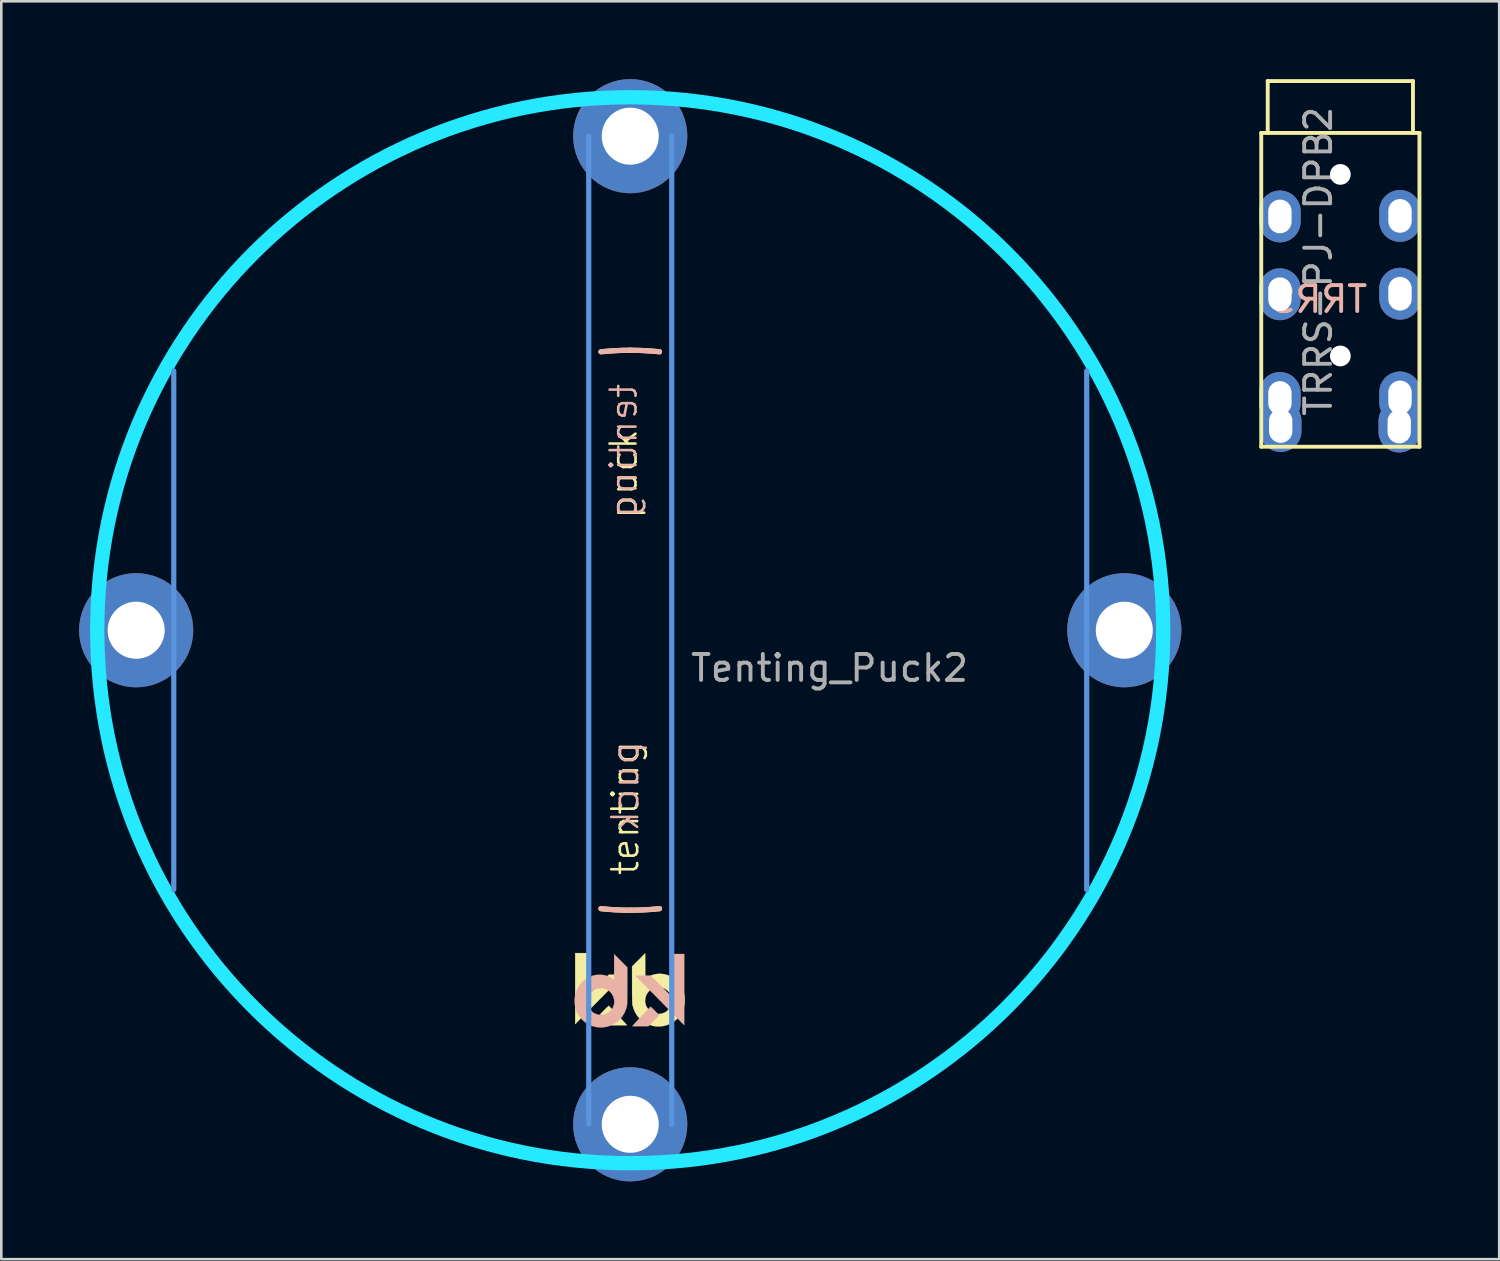
<source format=kicad_pcb>
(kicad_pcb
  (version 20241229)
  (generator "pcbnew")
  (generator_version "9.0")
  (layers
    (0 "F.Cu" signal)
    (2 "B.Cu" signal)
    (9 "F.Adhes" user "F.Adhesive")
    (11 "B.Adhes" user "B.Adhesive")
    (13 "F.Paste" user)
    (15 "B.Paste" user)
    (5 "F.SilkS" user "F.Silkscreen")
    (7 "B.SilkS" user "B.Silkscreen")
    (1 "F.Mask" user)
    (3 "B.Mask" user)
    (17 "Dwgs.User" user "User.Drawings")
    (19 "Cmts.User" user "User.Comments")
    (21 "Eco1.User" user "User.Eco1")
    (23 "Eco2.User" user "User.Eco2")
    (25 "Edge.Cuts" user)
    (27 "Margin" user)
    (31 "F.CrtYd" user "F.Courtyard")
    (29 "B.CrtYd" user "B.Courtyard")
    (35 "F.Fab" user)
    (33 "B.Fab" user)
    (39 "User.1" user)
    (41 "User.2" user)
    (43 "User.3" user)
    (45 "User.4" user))
  (footprint "TRRS-PJ-DPB2"
    (layer "F.Cu")
    (at 48.63 2.075)
    (property "Reference" "TRRS-PJ-DPB2" (at -0.85 4.95 270) (layer "F.Fab") (effects (font (size 1 1) (thickness 0.15))))
    (attr through_hole)
    (fp_line (start -3.05 0) (end -3.05 12.1) (stroke (width 0.15) (type solid)) (layer "F.SilkS"))
    (fp_line (start -2.8 0) (end -2.8 -2) (stroke (width 0.15) (type solid)) (layer "F.SilkS"))
    (fp_line (start 2.8 -2) (end -2.8 -2) (stroke (width 0.15) (type solid)) (layer "F.SilkS"))
    (fp_line (start 2.8 0) (end 2.8 -2) (stroke (width 0.15) (type solid)) (layer "F.SilkS"))
    (fp_line (start 3.05 0) (end -3.05 0) (stroke (width 0.15) (type solid)) (layer "F.SilkS"))
    (fp_line (start 3.05 0) (end 3.05 12.1) (stroke (width 0.15) (type solid)) (layer "F.SilkS"))
    (fp_line (start 3.05 12.1) (end -3.05 12.1) (stroke (width 0.15) (type solid)) (layer "F.SilkS"))
    (fp_text user "TRRS" (at -0.826 6.413 180) (layer "B.SilkS") (effects (font (size 1 1) (thickness 0.15)) (justify mirror)))
    (pad "" np_thru_hole circle (at 0 1.6) (size 0.8 0.8) (drill 0.8) (layers "*.Cu" "*.Mask"))
    (pad "" np_thru_hole circle (at 0 8.6) (size 0.8 0.8) (drill 0.8) (layers "*.Cu" "*.Mask"))
    (pad "B" thru_hole oval (at -2.33 6.22 180) (size 1.6 2) (drill oval 0.9 1.3) (layers "*.Cu" "*.Mask"))
    (pad "B" thru_hole oval (at 2.3 6.2) (size 1.6 2) (drill oval 0.9 1.3) (layers "*.Cu" "*.Mask"))
    (pad "C" thru_hole oval (at -2.33 10.22 180) (size 1.6 2) (drill oval 0.9 1.3) (layers "*.Cu" "*.Mask"))
    (pad "C" thru_hole oval (at -2.3 11.3) (size 1.6 2) (drill oval 0.9 1.3) (layers "*.Cu" "*.Mask"))
    (pad "C" thru_hole oval (at 2.27 11.32 180) (size 1.6 2) (drill oval 0.9 1.3) (layers "*.Cu" "*.Mask"))
    (pad "C" thru_hole oval (at 2.3 10.2) (size 1.6 2) (drill oval 0.9 1.3) (layers "*.Cu" "*.Mask"))
    (pad "D" thru_hole oval (at -2.33 3.22 180) (size 1.6 2) (drill oval 0.9 1.3) (layers "*.Cu" "*.Mask"))
    (pad "D" thru_hole oval (at 2.3 3.2) (size 1.6 2) (drill oval 0.9 1.3) (layers "*.Cu" "*.Mask")))
  (footprint "Tenting_Puck2"
    (layer "F.Cu")
    (at 21.25 21.25)
    (property "Reference" "Tenting_Puck2" (at 7.684 1.46 0) (layer "F.Fab") (effects (font (size 1 1) (thickness 0.15))))
    (attr through_hole)
    (fp_arc (start -20.32 -2.8575) (mid -19.91151 -4.959786) (end -19.286134 -7.008048) (stroke (width 0.2) (type solid)) (layer "F.SilkS"))
    (fp_arc (start -19.286134 7.008047) (mid -19.91151 4.959786) (end -20.32 2.8575) (stroke (width 0.2) (type solid)) (layer "F.SilkS"))
    (fp_arc (start -7.008048 -19.286134) (mid -4.959786 -19.91151) (end -2.8575 -20.32) (stroke (width 0.2) (type solid)) (layer "F.SilkS"))
    (fp_arc (start -2.8575 20.32) (mid -4.959785 19.91151) (end -7.008046 19.286135) (stroke (width 0.2) (type solid)) (layer "F.SilkS"))
    (fp_arc (start -1.128385 -10.735864) (mid -0.564967 -10.780206) (end 0 -10.795) (stroke (width 0.2) (type solid)) (layer "F.SilkS"))
    (fp_arc (start 0 -10.795) (mid 0.564967 -10.780206) (end 1.128385 -10.735864) (stroke (width 0.2) (type solid)) (layer "F.SilkS"))
    (fp_arc (start 0 10.795) (mid -0.564967 10.780206) (end -1.128385 10.735864) (stroke (width 0.2) (type solid)) (layer "F.SilkS"))
    (fp_arc (start 1.128385 10.735864) (mid 0.564967 10.780206) (end 0 10.795) (stroke (width 0.2) (type solid)) (layer "F.SilkS"))
    (fp_arc (start 2.8575 -20.32) (mid 4.959786 -19.91151) (end 7.008047 -19.286134) (stroke (width 0.2) (type solid)) (layer "F.SilkS"))
    (fp_arc (start 7.008047 19.286134) (mid 4.959786 19.91151) (end 2.8575 20.32) (stroke (width 0.2) (type solid)) (layer "F.SilkS"))
    (fp_arc (start 19.286135 -7.008045) (mid 19.91151 -4.959785) (end 20.32 -2.8575) (stroke (width 0.2) (type solid)) (layer "F.SilkS"))
    (fp_arc (start 20.32 2.8575) (mid 19.91151 4.959785) (end 19.286135 7.008046) (stroke (width 0.2) (type solid)) (layer "F.SilkS"))
    (fp_poly (pts (xy -1.627 14.082) (xy -0.824 13.279) (xy -0.535 13.282) (xy -0.247 13.285) (xy -1.094 14.145) (xy -1.212 14.265) (xy -1.327 14.382) (xy -1.437 14.494) (xy -1.542 14.6) (xy -1.64 14.7) (xy -1.731 14.791) (xy -1.811 14.874) (xy -1.882 14.945) (xy -1.941 15.005) (xy -1.987 15.052) (xy -2.019 15.084) (xy -2.032 15.098) (xy -2.123 15.19) (xy -2.123 12.448) (xy -1.627 12.448) (xy -1.627 14.082)) (stroke (width 0.01) (type solid)) (fill yes) (layer "F.SilkS"))
    (fp_poly (pts (xy -0.82 14.488) (xy -0.797 14.511) (xy -0.763 14.547) (xy -0.719 14.593) (xy -0.666 14.647) (xy -0.609 14.708) (xy -0.547 14.773) (xy -0.483 14.841) (xy -0.42 14.908) (xy -0.359 14.973) (xy -0.302 15.034) (xy -0.251 15.089) (xy -0.208 15.135) (xy -0.175 15.171) (xy -0.154 15.194) (xy -0.152 15.197) (xy -0.124 15.231) (xy -0.744 15.231) (xy -0.917 15.055) (xy -0.971 15) (xy -1.021 14.948) (xy -1.065 14.903) (xy -1.099 14.868) (xy -1.121 14.844) (xy -1.124 14.841) (xy -1.158 14.803) (xy -0.997 14.642) (xy -0.948 14.592) (xy -0.903 14.549) (xy -0.867 14.514) (xy -0.842 14.491) (xy -0.829 14.48) (xy -0.829 14.48) (xy -0.82 14.488)) (stroke (width 0.01) (type solid)) (fill yes) (layer "F.SilkS"))
    (fp_poly (pts (xy 0.578 12.948) (xy 0.578 13.052) (xy 0.579 13.149) (xy 0.58 13.236) (xy 0.581 13.31) (xy 0.582 13.37) (xy 0.583 13.413) (xy 0.585 13.437) (xy 0.586 13.441) (xy 0.598 13.435) (xy 0.623 13.419) (xy 0.647 13.401) (xy 0.762 13.331) (xy 0.884 13.282) (xy 1.014 13.254) (xy 1.153 13.247) (xy 1.171 13.248) (xy 1.261 13.255) (xy 1.337 13.267) (xy 1.409 13.286) (xy 1.484 13.315) (xy 1.554 13.348) (xy 1.682 13.423) (xy 1.795 13.515) (xy 1.892 13.622) (xy 1.972 13.743) (xy 2.033 13.874) (xy 2.076 14.016) (xy 2.099 14.167) (xy 2.102 14.256) (xy 2.092 14.409) (xy 2.061 14.553) (xy 2.008 14.693) (xy 1.95 14.8) (xy 1.865 14.92) (xy 1.763 15.025) (xy 1.648 15.113) (xy 1.521 15.184) (xy 1.385 15.236) (xy 1.241 15.268) (xy 1.093 15.279) (xy 0.993 15.275) (xy 0.848 15.25) (xy 0.707 15.204) (xy 0.574 15.138) (xy 0.452 15.054) (xy 0.343 14.954) (xy 0.335 14.944) (xy 0.254 14.84) (xy 0.184 14.722) (xy 0.129 14.596) (xy 0.092 14.469) (xy 0.083 14.423) (xy 0.08 14.394) (xy 0.078 14.344) (xy 0.076 14.294) (xy 0.573 14.294) (xy 0.583 14.391) (xy 0.614 14.485) (xy 0.642 14.539) (xy 0.709 14.628) (xy 0.789 14.699) (xy 0.878 14.751) (xy 0.975 14.784) (xy 1.076 14.797) (xy 1.18 14.789) (xy 1.253 14.769) (xy 1.296 14.753) (xy 1.337 14.736) (xy 1.353 14.728) (xy 1.398 14.697) (xy 1.448 14.651) (xy 1.496 14.595) (xy 1.537 14.537) (xy 1.559 14.498) (xy 1.579 14.454) (xy 1.591 14.415) (xy 1.599 14.373) (xy 1.603 14.318) (xy 1.603 14.313) (xy 1.6 14.205) (xy 1.577 14.107) (xy 1.534 14.014) (xy 1.516 13.985) (xy 1.451 13.908) (xy 1.372 13.845) (xy 1.283 13.8) (xy 1.186 13.772) (xy 1.085 13.763) (xy 0.984 13.773) (xy 0.885 13.803) (xy 0.871 13.81) (xy 0.783 13.863) (xy 0.709 13.931) (xy 0.65 14.011) (xy 0.607 14.101) (xy 0.581 14.196) (xy 0.573 14.294) (xy 0.076 14.294) (xy 0.076 14.274) (xy 0.074 14.185) (xy 0.072 14.078) (xy 0.071 13.955) (xy 0.071 13.818) (xy 0.071 13.668) (xy 0.071 13.656) (xy 0.07 12.964) (xy 0.578 12.454) (xy 0.578 12.948)) (stroke (width 0.01) (type solid)) (fill yes) (layer "F.SilkS"))
    (fp_arc (start -20.32 -2.8575) (mid -19.91151 -4.959784) (end -19.286136 -7.008044) (stroke (width 0.2) (type solid)) (layer "B.SilkS"))
    (fp_arc (start -19.286135 7.008046) (mid -19.91151 4.959785) (end -20.32 2.8575) (stroke (width 0.2) (type solid)) (layer "B.SilkS"))
    (fp_arc (start -7.008046 -19.286135) (mid -4.959785 -19.91151) (end -2.8575 -20.32) (stroke (width 0.2) (type solid)) (layer "B.SilkS"))
    (fp_arc (start -2.8575 20.32) (mid -4.959785 19.91151) (end -7.008045 19.286135) (stroke (width 0.2) (type solid)) (layer "B.SilkS"))
    (fp_arc (start -1.128385 -10.735864) (mid -0.564967 -10.780206) (end 0 -10.795) (stroke (width 0.2) (type solid)) (layer "B.SilkS"))
    (fp_arc (start 0 -10.795) (mid 0.564967 -10.780206) (end 1.128385 -10.735864) (stroke (width 0.2) (type solid)) (layer "B.SilkS"))
    (fp_arc (start 0 10.795) (mid -0.564967 10.780206) (end -1.128385 10.735864) (stroke (width 0.2) (type solid)) (layer "B.SilkS"))
    (fp_arc (start 1.128385 10.735864) (mid 0.564967 10.780206) (end 0 10.795) (stroke (width 0.2) (type solid)) (layer "B.SilkS"))
    (fp_arc (start 2.8575 -20.32) (mid 4.959787 -19.91151) (end 7.008049 -19.286134) (stroke (width 0.2) (type solid)) (layer "B.SilkS"))
    (fp_arc (start 7.008045 19.286135) (mid 4.959785 19.91151) (end 2.8575 20.32) (stroke (width 0.2) (type solid)) (layer "B.SilkS"))
    (fp_arc (start 19.286134 -7.008048) (mid 19.91151 -4.959786) (end 20.32 -2.8575) (stroke (width 0.2) (type solid)) (layer "B.SilkS"))
    (fp_arc (start 20.32 2.8575) (mid 19.91151 4.959786) (end 19.286134 7.008048) (stroke (width 0.2) (type solid)) (layer "B.SilkS"))
    (fp_poly (pts (xy 1.584 14.118) (xy 0.782 13.315) (xy 0.493 13.318) (xy 0.205 13.322) (xy 1.052 14.182) (xy 1.17 14.301) (xy 1.285 14.418) (xy 1.395 14.53) (xy 1.5 14.637) (xy 1.598 14.736) (xy 1.688 14.828) (xy 1.769 14.91) (xy 1.84 14.981) (xy 1.899 15.041) (xy 1.944 15.088) (xy 1.976 15.12) (xy 1.99 15.134) (xy 2.081 15.226) (xy 2.081 12.484) (xy 1.584 12.484) (xy 1.584 14.118)) (stroke (width 0.01) (type solid)) (fill yes) (layer "B.SilkS"))
    (fp_poly (pts (xy 0.778 14.525) (xy 0.755 14.547) (xy 0.721 14.583) (xy 0.676 14.629) (xy 0.624 14.684) (xy 0.566 14.745) (xy 0.505 14.81) (xy 0.441 14.877) (xy 0.378 14.944) (xy 0.316 15.009) (xy 0.259 15.07) (xy 0.208 15.125) (xy 0.166 15.172) (xy 0.133 15.207) (xy 0.112 15.231) (xy 0.11 15.233) (xy 0.082 15.267) (xy 0.702 15.267) (xy 0.875 15.091) (xy 0.929 15.036) (xy 0.979 14.985) (xy 1.023 14.939) (xy 1.057 14.904) (xy 1.079 14.88) (xy 1.082 14.877) (xy 1.116 14.839) (xy 0.955 14.678) (xy 0.905 14.628) (xy 0.861 14.585) (xy 0.825 14.55) (xy 0.799 14.527) (xy 0.787 14.517) (xy 0.787 14.516) (xy 0.778 14.525)) (stroke (width 0.01) (type solid)) (fill yes) (layer "B.SilkS"))
    (fp_poly (pts (xy -0.621 12.984) (xy -0.621 13.088) (xy -0.621 13.185) (xy -0.622 13.272) (xy -0.623 13.346) (xy -0.624 13.406) (xy -0.625 13.45) (xy -0.627 13.473) (xy -0.628 13.477) (xy -0.64 13.471) (xy -0.665 13.455) (xy -0.689 13.438) (xy -0.804 13.367) (xy -0.926 13.318) (xy -1.057 13.29) (xy -1.196 13.284) (xy -1.214 13.284) (xy -1.303 13.291) (xy -1.38 13.303) (xy -1.451 13.322) (xy -1.526 13.351) (xy -1.596 13.384) (xy -1.724 13.459) (xy -1.837 13.551) (xy -1.934 13.658) (xy -2.014 13.779) (xy -2.076 13.911) (xy -2.118 14.053) (xy -2.141 14.203) (xy -2.145 14.293) (xy -2.134 14.445) (xy -2.103 14.59) (xy -2.05 14.729) (xy -1.993 14.836) (xy -1.907 14.956) (xy -1.805 15.061) (xy -1.69 15.149) (xy -1.563 15.22) (xy -1.427 15.272) (xy -1.283 15.304) (xy -1.135 15.316) (xy -1.035 15.311) (xy -0.89 15.286) (xy -0.75 15.24) (xy -0.616 15.174) (xy -0.494 15.09) (xy -0.386 14.99) (xy -0.377 14.981) (xy -0.296 14.876) (xy -0.226 14.758) (xy -0.171 14.632) (xy -0.134 14.505) (xy -0.125 14.459) (xy -0.122 14.43) (xy -0.12 14.38) (xy -0.118 14.33) (xy -0.615 14.33) (xy -0.625 14.428) (xy -0.656 14.522) (xy -0.684 14.576) (xy -0.751 14.664) (xy -0.831 14.735) (xy -0.92 14.787) (xy -1.017 14.82) (xy -1.119 14.833) (xy -1.222 14.825) (xy -1.295 14.805) (xy -1.338 14.789) (xy -1.379 14.772) (xy -1.395 14.764) (xy -1.441 14.733) (xy -1.49 14.687) (xy -1.538 14.632) (xy -1.579 14.573) (xy -1.601 14.534) (xy -1.621 14.49) (xy -1.634 14.452) (xy -1.641 14.409) (xy -1.645 14.354) (xy -1.646 14.349) (xy -1.642 14.241) (xy -1.619 14.144) (xy -1.576 14.05) (xy -1.558 14.022) (xy -1.493 13.944) (xy -1.415 13.882) (xy -1.325 13.836) (xy -1.228 13.808) (xy -1.127 13.799) (xy -1.026 13.809) (xy -0.927 13.84) (xy -0.913 13.846) (xy -0.825 13.899) (xy -0.751 13.967) (xy -0.692 14.047) (xy -0.649 14.137) (xy -0.623 14.232) (xy -0.615 14.33) (xy -0.118 14.33) (xy -0.118 14.31) (xy -0.116 14.221) (xy -0.115 14.114) (xy -0.114 13.991) (xy -0.113 13.854) (xy -0.113 13.704) (xy -0.113 13.692) (xy -0.113 13) (xy -0.62 12.49) (xy -0.621 12.984)) (stroke (width 0.01) (type solid)) (fill yes) (layer "B.SilkS"))
    (fp_line (start -17.6 10) (end -17.6 -10) (stroke (width 0.2) (type solid)) (layer "Cmts.User"))
    (fp_line (start -1.6 19.05) (end -1.6 -19.05) (stroke (width 0.2) (type solid)) (layer "Cmts.User"))
    (fp_line (start 1.6 19.05) (end 1.6 -19.05) (stroke (width 0.2) (type solid)) (layer "Cmts.User"))
    (fp_line (start 17.6 10) (end 17.6 -10) (stroke (width 0.2) (type solid)) (layer "Cmts.User"))
    (fp_circle (center 0 0) (end 20.55 0) (stroke (width 0.55) (type solid)) (fill no) (layer "B.CrtYd"))
    (fp_text user "puck" (at -0.254 -6.032 90) (layer "F.SilkS") (effects (font (size 1 1) (thickness 0.1))))
    (fp_text user "tenting" (at -0.191 6.858 90) (layer "F.SilkS") (effects (font (size 1 1) (thickness 0.1))))
    (fp_text user "tenting" (at -0.254 -6.921 90) (layer "B.SilkS") (effects (font (size 1 1) (thickness 0.1)) (justify mirror)))
    (fp_text user "puck" (at -0.191 6.032 90) (unlocked yes) (layer "B.SilkS") (effects (font (size 1 1) (thickness 0.1)) (justify mirror)))
    (pad "1" thru_hole circle (at -19.05 0) (size 4.4 4.4) (drill 2.2) (layers "*.Cu" "*.Mask"))
    (pad "1" thru_hole circle (at 0 -19.05) (size 4.4 4.4) (drill 2.2) (layers "*.Cu" "*.Mask"))
    (pad "1" thru_hole circle (at 0 19.05) (size 4.4 4.4) (drill 2.2) (layers "*.Cu" "*.Mask"))
    (pad "1" thru_hole circle (at 19.05 0) (size 4.4 4.4) (drill 2.2) (layers "*.Cu" "*.Mask")))
  (gr_rect
    (start -3 -3)
    (end 54.755 45.5)
    (stroke (width 0.1) (type default))
    (fill no)
    (layer "Edge.Cuts")))
</source>
